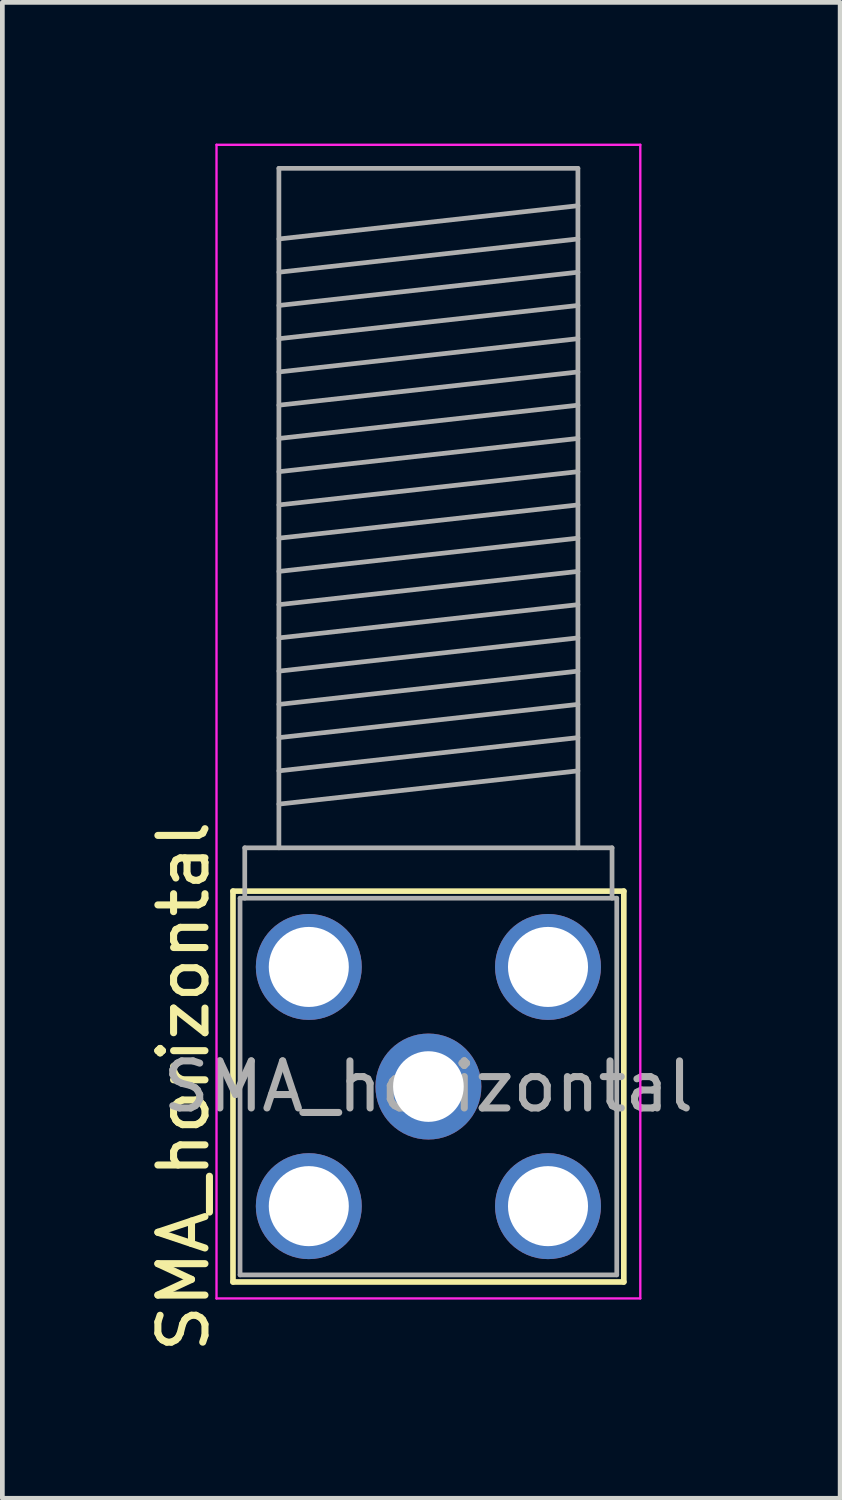
<source format=kicad_pcb>
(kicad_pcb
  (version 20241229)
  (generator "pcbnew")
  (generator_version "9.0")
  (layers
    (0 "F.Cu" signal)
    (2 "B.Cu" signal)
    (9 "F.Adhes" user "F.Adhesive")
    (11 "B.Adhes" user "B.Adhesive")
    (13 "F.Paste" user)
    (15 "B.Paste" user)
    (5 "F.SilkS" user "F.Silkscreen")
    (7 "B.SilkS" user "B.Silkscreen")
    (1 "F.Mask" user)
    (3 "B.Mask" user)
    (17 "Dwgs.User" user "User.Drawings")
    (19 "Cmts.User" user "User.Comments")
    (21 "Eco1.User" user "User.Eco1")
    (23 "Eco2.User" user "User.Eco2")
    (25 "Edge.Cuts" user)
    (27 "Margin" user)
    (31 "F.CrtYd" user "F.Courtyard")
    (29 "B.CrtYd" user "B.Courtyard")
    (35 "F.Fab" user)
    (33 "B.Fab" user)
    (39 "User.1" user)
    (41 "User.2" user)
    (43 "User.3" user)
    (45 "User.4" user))
  (footprint "SMA_horizontal"
    (layer "F.Cu")
    (at 6.048 20.025)
    (property "Reference" "SMA_horizontal" (at -5.2 0 90) (layer "F.SilkS") (effects (font (size 1 1) (thickness 0.15))))
    (attr through_hole)
    (fp_line (start -4.15 -4.15) (end -4.15 4.15) (stroke (width 0.12) (type solid)) (layer "F.SilkS"))
    (fp_line (start -4.15 -4.15) (end 4.15 -4.15) (stroke (width 0.12) (type solid)) (layer "F.SilkS"))
    (fp_line (start -4.15 4.15) (end 4.15 4.15) (stroke (width 0.12) (type solid)) (layer "F.SilkS"))
    (fp_line (start 4.15 -4.15) (end 4.15 4.15) (stroke (width 0.12) (type solid)) (layer "F.SilkS"))
    (fp_line (start -4.5 -20) (end -4.5 4.5) (stroke (width 0.05) (type solid)) (layer "F.CrtYd"))
    (fp_line (start -4.5 -20) (end 4.5 -20) (stroke (width 0.05) (type solid)) (layer "F.CrtYd"))
    (fp_line (start 4.5 4.5) (end -4.5 4.5) (stroke (width 0.05) (type solid)) (layer "F.CrtYd"))
    (fp_line (start 4.5 4.5) (end 4.5 -20) (stroke (width 0.05) (type solid)) (layer "F.CrtYd"))
    (fp_line (start -4 -4) (end -4 4) (stroke (width 0.1) (type solid)) (layer "F.Fab"))
    (fp_line (start -4 -4) (end 4 -4) (stroke (width 0.1) (type solid)) (layer "F.Fab"))
    (fp_line (start -4 4) (end 4 4) (stroke (width 0.1) (type solid)) (layer "F.Fab"))
    (fp_line (start -3.9 -5.07) (end -3.9 -4) (stroke (width 0.1) (type solid)) (layer "F.Fab"))
    (fp_line (start -3.175 -19.5) (end -3.175 -5.07) (stroke (width 0.1) (type solid)) (layer "F.Fab"))
    (fp_line (start -3.175 -19.5) (end 3.175 -19.5) (stroke (width 0.1) (type solid)) (layer "F.Fab"))
    (fp_line (start -3.175 -18) (end 3.175 -18.706) (stroke (width 0.1) (type solid)) (layer "F.Fab"))
    (fp_line (start -3.175 -17.294) (end 3.175 -18) (stroke (width 0.1) (type solid)) (layer "F.Fab"))
    (fp_line (start -3.175 -16.588) (end 3.175 -17.294) (stroke (width 0.1) (type solid)) (layer "F.Fab"))
    (fp_line (start -3.175 -15.882) (end 3.175 -16.588) (stroke (width 0.1) (type solid)) (layer "F.Fab"))
    (fp_line (start -3.175 -15.176) (end 3.175 -15.882) (stroke (width 0.1) (type solid)) (layer "F.Fab"))
    (fp_line (start -3.175 -14.47) (end 3.175 -15.176) (stroke (width 0.1) (type solid)) (layer "F.Fab"))
    (fp_line (start -3.175 -13.764) (end 3.175 -14.47) (stroke (width 0.1) (type solid)) (layer "F.Fab"))
    (fp_line (start -3.175 -13.058) (end 3.175 -13.764) (stroke (width 0.1) (type solid)) (layer "F.Fab"))
    (fp_line (start -3.175 -12.352) (end 3.175 -13.058) (stroke (width 0.1) (type solid)) (layer "F.Fab"))
    (fp_line (start -3.175 -11.646) (end 3.175 -12.352) (stroke (width 0.1) (type solid)) (layer "F.Fab"))
    (fp_line (start -3.175 -10.94) (end 3.175 -11.646) (stroke (width 0.1) (type solid)) (layer "F.Fab"))
    (fp_line (start -3.175 -10.234) (end 3.175 -10.94) (stroke (width 0.1) (type solid)) (layer "F.Fab"))
    (fp_line (start -3.175 -9.528) (end 3.175 -10.234) (stroke (width 0.1) (type solid)) (layer "F.Fab"))
    (fp_line (start -3.175 -8.822) (end 3.175 -9.528) (stroke (width 0.1) (type solid)) (layer "F.Fab"))
    (fp_line (start -3.175 -8.116) (end 3.175 -8.822) (stroke (width 0.1) (type solid)) (layer "F.Fab"))
    (fp_line (start -3.175 -7.41) (end 3.175 -8.116) (stroke (width 0.1) (type solid)) (layer "F.Fab"))
    (fp_line (start -3.175 -6.704) (end 3.175 -7.41) (stroke (width 0.1) (type solid)) (layer "F.Fab"))
    (fp_line (start -3.175 -5.998) (end 3.175 -6.704) (stroke (width 0.1) (type solid)) (layer "F.Fab"))
    (fp_line (start 3.175 -19.5) (end 3.175 -5.07) (stroke (width 0.1) (type solid)) (layer "F.Fab"))
    (fp_line (start 3.9 -5.07) (end -3.9 -5.07) (stroke (width 0.1) (type solid)) (layer "F.Fab"))
    (fp_line (start 3.9 -4) (end 3.9 -5.07) (stroke (width 0.1) (type solid)) (layer "F.Fab"))
    (fp_line (start 4 -4) (end 4 4) (stroke (width 0.1) (type solid)) (layer "F.Fab"))
    (fp_text user "${REFERENCE}" (at 0 0 0) (layer "F.Fab") (effects (font (size 1 1) (thickness 0.15))))
    (pad "1" thru_hole circle (at 0 0) (size 2.25 2.25) (drill 1.5) (layers "*.Cu" "*.Mask"))
    (pad "2" thru_hole circle (at -2.54 -2.54) (size 2.25 2.25) (drill 1.7) (layers "*.Cu" "*.Mask"))
    (pad "2" thru_hole circle (at -2.54 2.54) (size 2.25 2.25) (drill 1.7) (layers "*.Cu" "*.Mask"))
    (pad "2" thru_hole circle (at 2.54 -2.54) (size 2.25 2.25) (drill 1.7) (layers "*.Cu" "*.Mask"))
    (pad "2" thru_hole circle (at 2.54 2.54 90) (size 2.25 2.25) (drill 1.7) (layers "*.Cu" "*.Mask")))
  (gr_rect
    (start -3 -3)
    (end 14.792 28.769)
    (stroke (width 0.1) (type default))
    (fill no)
    (layer "Edge.Cuts")))
</source>
